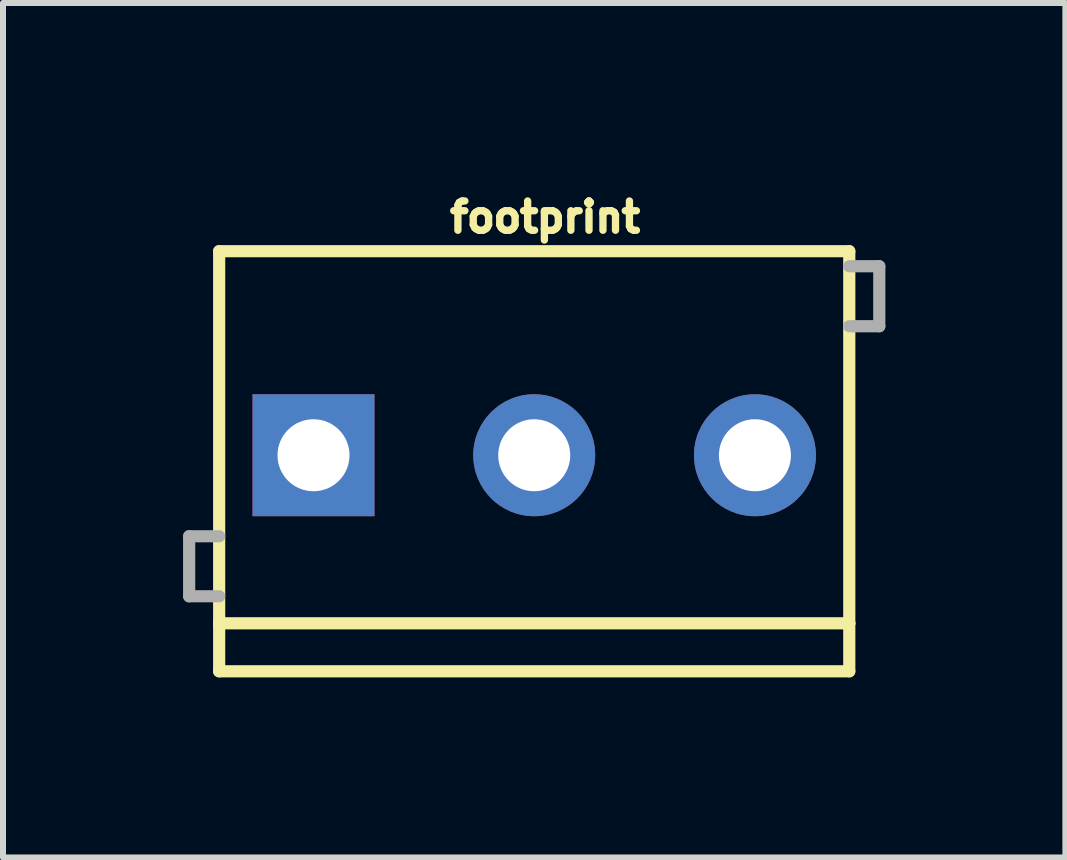
<source format=kicad_pcb>
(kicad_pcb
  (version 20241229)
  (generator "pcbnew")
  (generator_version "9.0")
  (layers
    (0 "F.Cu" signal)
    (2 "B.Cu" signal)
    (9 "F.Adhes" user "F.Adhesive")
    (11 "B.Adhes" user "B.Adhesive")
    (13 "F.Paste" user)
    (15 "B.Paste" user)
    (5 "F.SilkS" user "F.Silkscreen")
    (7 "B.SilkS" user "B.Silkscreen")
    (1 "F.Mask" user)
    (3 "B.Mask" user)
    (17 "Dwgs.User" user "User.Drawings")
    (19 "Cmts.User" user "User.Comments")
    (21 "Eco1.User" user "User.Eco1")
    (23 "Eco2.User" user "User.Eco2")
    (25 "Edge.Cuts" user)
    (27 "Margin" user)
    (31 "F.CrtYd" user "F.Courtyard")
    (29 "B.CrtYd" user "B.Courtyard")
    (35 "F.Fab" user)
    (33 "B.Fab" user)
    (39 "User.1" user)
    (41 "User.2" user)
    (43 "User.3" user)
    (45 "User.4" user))
  (footprint "footprint"
    (layer "F.Cu")
    (at 2.352 4.536)
    (property "Reference" "footprint" (at 2.032 -3.683 0) (layer "F.SilkS") (effects (font (size 0.488 0.488) (thickness 0.122)) (justify left bottom)))
    (fp_line (start -1.75 -3.4) (end 8.75 -3.4) (stroke (width 0.203) (type solid)) (layer "F.SilkS"))
    (fp_line (start -1.75 2.8) (end -1.75 -3.4) (stroke (width 0.203) (type solid)) (layer "F.SilkS"))
    (fp_line (start -1.75 3.6) (end -1.75 2.8) (stroke (width 0.203) (type solid)) (layer "F.SilkS"))
    (fp_line (start 8.75 -3.4) (end 8.75 2.8) (stroke (width 0.203) (type solid)) (layer "F.SilkS"))
    (fp_line (start 8.75 2.8) (end -1.75 2.8) (stroke (width 0.203) (type solid)) (layer "F.SilkS"))
    (fp_line (start 8.75 2.8) (end 8.75 3.6) (stroke (width 0.203) (type solid)) (layer "F.SilkS"))
    (fp_line (start 8.75 3.6) (end -1.75 3.6) (stroke (width 0.203) (type solid)) (layer "F.SilkS"))
    (fp_line (start -2.25 1.35) (end -2.25 2.35) (stroke (width 0.203) (type solid)) (layer "F.Fab"))
    (fp_line (start -2.25 2.35) (end -1.75 2.35) (stroke (width 0.203) (type solid)) (layer "F.Fab"))
    (fp_line (start -1.75 1.35) (end -2.25 1.35) (stroke (width 0.203) (type solid)) (layer "F.Fab"))
    (fp_line (start 8.75 -3.15) (end 9.25 -3.15) (stroke (width 0.203) (type solid)) (layer "F.Fab"))
    (fp_line (start 9.25 -3.15) (end 9.25 -2.15) (stroke (width 0.203) (type solid)) (layer "F.Fab"))
    (fp_line (start 9.25 -2.15) (end 8.75 -2.15) (stroke (width 0.203) (type solid)) (layer "F.Fab"))
    (fp_circle (center 0 0) (end 0.425 0) (stroke (width 0.001) (type solid)) (fill no) (layer "F.Fab"))
    (fp_circle (center 3.5 0) (end 3.925 0) (stroke (width 0.001) (type solid)) (fill no) (layer "F.Fab"))
    (fp_circle (center 7 0) (end 7.425 0) (stroke (width 0.001) (type solid)) (fill no) (layer "F.Fab"))
    (pad "1" thru_hole rect (at -0.178 0) (size 2.032 2.032) (drill 1.2) (layers "*.Cu" "*.Mask"))
    (pad "2" thru_hole circle (at 3.5 0) (size 2.032 2.032) (drill 1.2) (layers "*.Cu" "*.Mask"))
    (pad "3" thru_hole circle (at 7.178 0) (size 2.032 2.032) (drill 1.2) (layers "*.Cu" "*.Mask")))
  (gr_rect
    (start -3 -3)
    (end 14.703 11.238)
    (stroke (width 0.1) (type default))
    (fill no)
    (layer "Edge.Cuts")))
</source>
